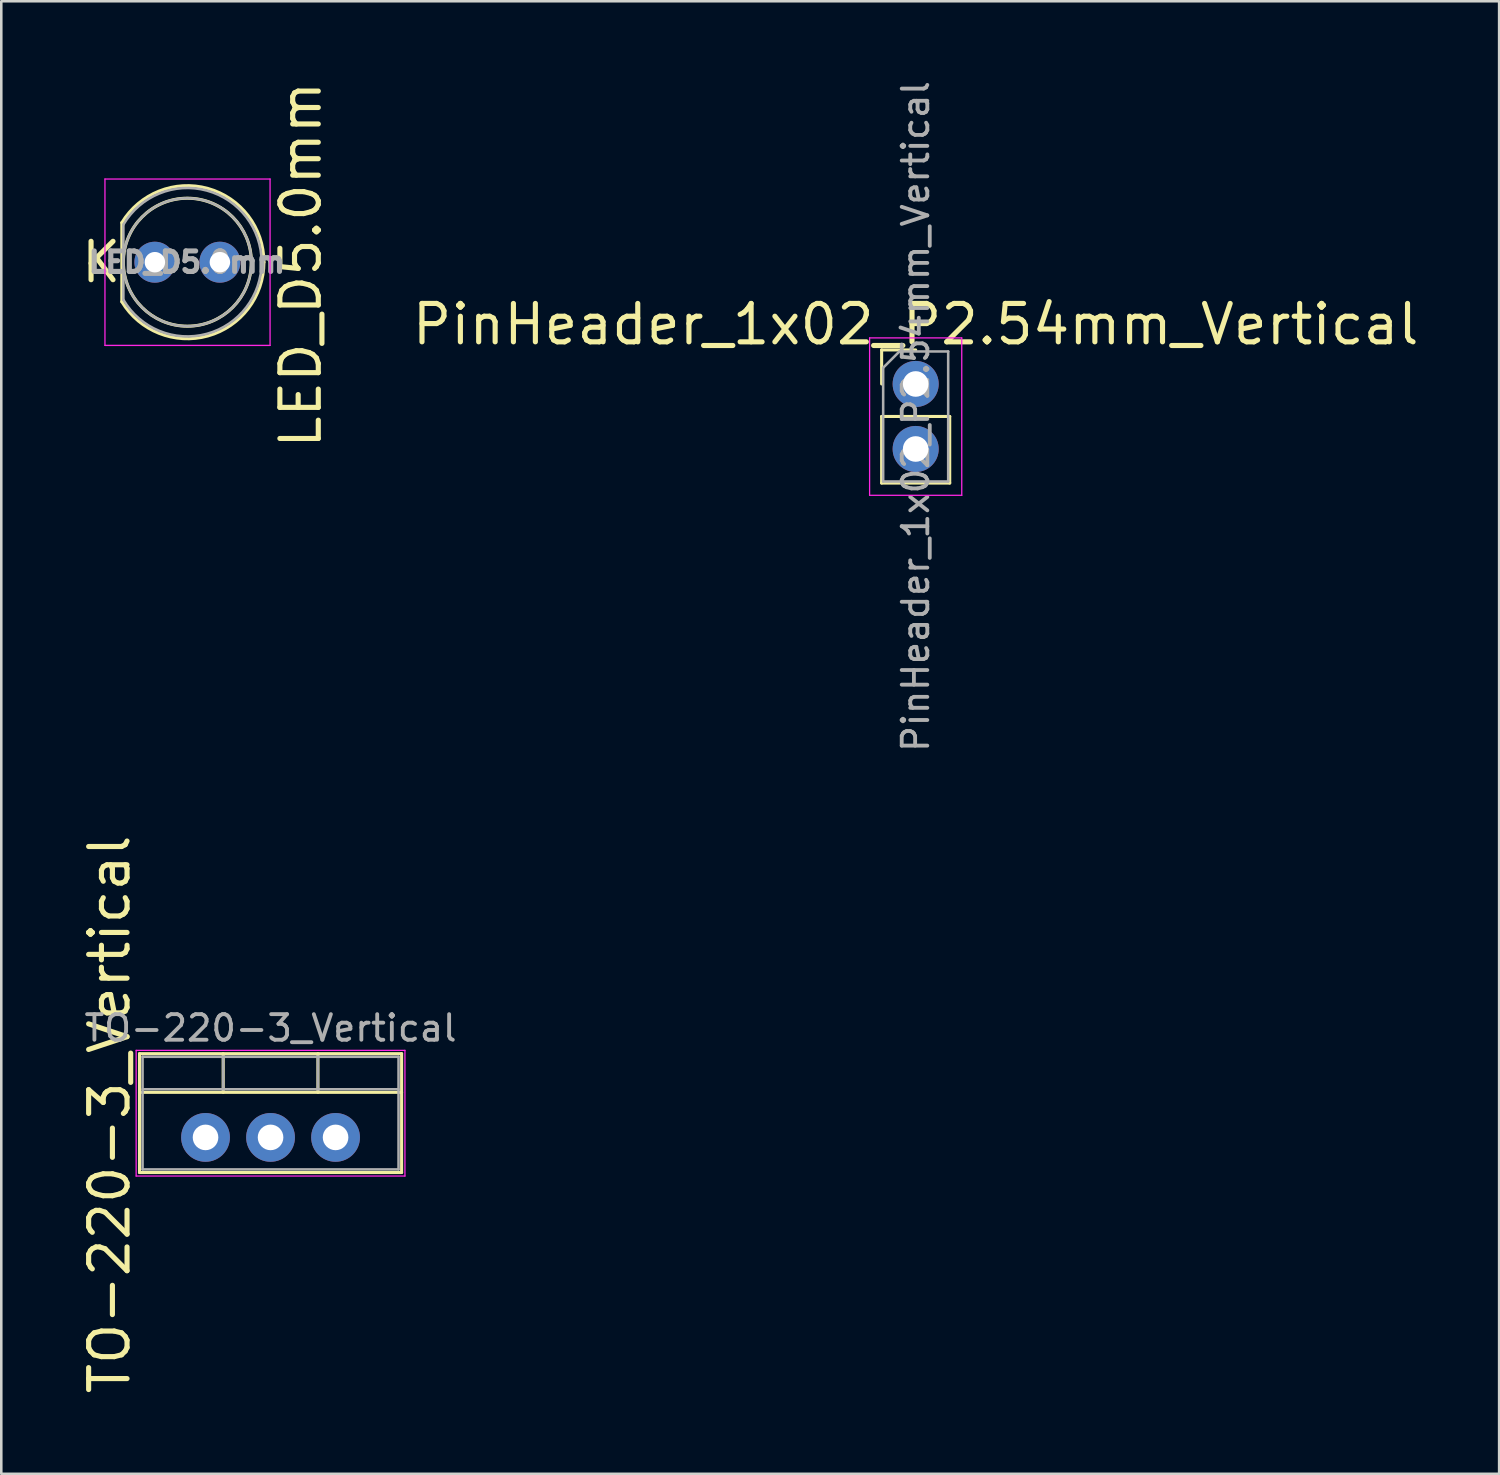
<source format=kicad_pcb>
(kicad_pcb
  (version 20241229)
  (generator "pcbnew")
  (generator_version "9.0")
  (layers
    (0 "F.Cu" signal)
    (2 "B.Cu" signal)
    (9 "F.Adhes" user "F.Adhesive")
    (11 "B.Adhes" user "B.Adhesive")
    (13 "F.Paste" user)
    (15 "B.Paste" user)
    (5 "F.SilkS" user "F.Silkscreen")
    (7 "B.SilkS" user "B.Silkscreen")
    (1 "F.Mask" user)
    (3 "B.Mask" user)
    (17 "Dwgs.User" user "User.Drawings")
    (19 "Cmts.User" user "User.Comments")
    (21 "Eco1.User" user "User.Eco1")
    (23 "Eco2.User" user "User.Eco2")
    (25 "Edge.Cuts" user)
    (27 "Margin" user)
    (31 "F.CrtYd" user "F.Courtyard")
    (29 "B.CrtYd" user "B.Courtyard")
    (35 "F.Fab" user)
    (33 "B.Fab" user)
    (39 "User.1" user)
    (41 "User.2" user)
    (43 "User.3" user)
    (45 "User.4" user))
  (footprint "LED_D5.0mm"
    (layer "F.Cu")
    (at 3 7.193)
    (property "Reference" "LED_D5.0mm" (at 5.7 0.1 90) (layer "F.SilkS") (effects (font (size 1.5 1.5) (thickness 0.2))))
    (attr through_hole)
    (fp_line (start -1.29 -1.545) (end -1.29 1.545) (stroke (width 0.12) (type solid)) (layer "F.SilkS"))
    (fp_arc (start -1.29 -1.54483) (mid 2.072002 -2.880433) (end 4.26 0.000462) (stroke (width 0.12) (type solid)) (layer "F.SilkS"))
    (fp_arc (start 4.26 -0.000462) (mid 2.072002 2.880433) (end -1.29 1.54483) (stroke (width 0.12) (type solid)) (layer "F.SilkS"))
    (fp_circle (center 1.27 0) (end 3.77 0) (stroke (width 0.12) (type solid)) (fill no) (layer "F.SilkS"))
    (fp_line (start -1.95 -3.25) (end -1.95 3.25) (stroke (width 0.05) (type solid)) (layer "F.CrtYd"))
    (fp_line (start -1.95 3.25) (end 4.5 3.25) (stroke (width 0.05) (type solid)) (layer "F.CrtYd"))
    (fp_line (start 4.5 -3.25) (end -1.95 -3.25) (stroke (width 0.05) (type solid)) (layer "F.CrtYd"))
    (fp_line (start 4.5 3.25) (end 4.5 -3.25) (stroke (width 0.05) (type solid)) (layer "F.CrtYd"))
    (fp_line (start -1.23 -1.47) (end -1.23 1.47) (stroke (width 0.1) (type solid)) (layer "F.Fab"))
    (fp_arc (start -1.23 -1.469694) (mid 4.17 0.000016) (end -1.230016 1.469666) (stroke (width 0.1) (type solid)) (layer "F.Fab"))
    (fp_circle (center 1.27 0) (end 3.77 0) (stroke (width 0.1) (type solid)) (fill no) (layer "F.Fab"))
    (fp_text user "K" (at -2.1 0 0) (layer "F.SilkS") (effects (font (size 1.5 1.5) (thickness 0.2))))
    (fp_text user "${REFERENCE}" (at 1.25 0 0) (layer "F.Fab") (effects (font (size 0.8 0.8) (thickness 0.2))))
    (pad "1" thru_hole circle (at 0 0) (size 1.6 1.6) (drill 0.8) (layers "*.Cu" "*.Mask"))
    (pad "2" thru_hole circle (at 2.54 0) (size 1.6 1.6) (drill 0.8) (layers "*.Cu" "*.Mask")))
  (footprint "TO-220-3_Vertical"
    (layer "F.Cu")
    (at 4.979 41.383)
    (property "Reference" "TO-220-3_Vertical" (at -3.75 -0.9 90) (layer "F.SilkS") (effects (font (size 1.5 1.5) (thickness 0.2))))
    (attr through_hole)
    (fp_line (start -2.58 -3.27) (end -2.58 1.371) (stroke (width 0.12) (type solid)) (layer "F.SilkS"))
    (fp_line (start -2.58 -3.27) (end 7.66 -3.27) (stroke (width 0.12) (type solid)) (layer "F.SilkS"))
    (fp_line (start -2.58 -1.76) (end 7.66 -1.76) (stroke (width 0.12) (type solid)) (layer "F.SilkS"))
    (fp_line (start -2.58 1.371) (end 7.66 1.371) (stroke (width 0.12) (type solid)) (layer "F.SilkS"))
    (fp_line (start 0.69 -3.27) (end 0.69 -1.76) (stroke (width 0.12) (type solid)) (layer "F.SilkS"))
    (fp_line (start 4.391 -3.27) (end 4.391 -1.76) (stroke (width 0.12) (type solid)) (layer "F.SilkS"))
    (fp_line (start 7.66 -3.27) (end 7.66 1.371) (stroke (width 0.12) (type solid)) (layer "F.SilkS"))
    (fp_line (start -2.71 -3.4) (end -2.71 1.51) (stroke (width 0.05) (type solid)) (layer "F.CrtYd"))
    (fp_line (start -2.71 1.51) (end 7.79 1.51) (stroke (width 0.05) (type solid)) (layer "F.CrtYd"))
    (fp_line (start 7.79 -3.4) (end -2.71 -3.4) (stroke (width 0.05) (type solid)) (layer "F.CrtYd"))
    (fp_line (start 7.79 1.51) (end 7.79 -3.4) (stroke (width 0.05) (type solid)) (layer "F.CrtYd"))
    (fp_line (start -2.46 -3.15) (end -2.46 1.25) (stroke (width 0.1) (type solid)) (layer "F.Fab"))
    (fp_line (start -2.46 -1.88) (end 7.54 -1.88) (stroke (width 0.1) (type solid)) (layer "F.Fab"))
    (fp_line (start -2.46 1.25) (end 7.54 1.25) (stroke (width 0.1) (type solid)) (layer "F.Fab"))
    (fp_line (start 0.69 -3.15) (end 0.69 -1.88) (stroke (width 0.1) (type solid)) (layer "F.Fab"))
    (fp_line (start 4.39 -3.15) (end 4.39 -1.88) (stroke (width 0.1) (type solid)) (layer "F.Fab"))
    (fp_line (start 7.54 -3.15) (end -2.46 -3.15) (stroke (width 0.1) (type solid)) (layer "F.Fab"))
    (fp_line (start 7.54 1.25) (end 7.54 -3.15) (stroke (width 0.1) (type solid)) (layer "F.Fab"))
    (fp_text user "${REFERENCE}" (at 2.54 -4.27 0) (layer "F.Fab") (effects (font (size 1 1) (thickness 0.15))))
    (pad "1" thru_hole circle (at 0 0) (size 1.905 1.905) (drill 1) (layers "*.Cu" "*.Mask"))
    (pad "2" thru_hole circle (at 2.54 0) (size 1.905 1.905) (drill 1) (layers "*.Cu" "*.Mask"))
    (pad "3" thru_hole circle (at 5.08 0) (size 1.905 1.905) (drill 1) (layers "*.Cu" "*.Mask")))
  (footprint "PinHeader_1x02_P2.54mm_Vertical"
    (layer "F.Cu")
    (at 32.721 11.95)
    (property "Reference" "PinHeader_1x02_P2.54mm_Vertical" (at 0 -2.33 0) (layer "F.SilkS") (effects (font (size 1.5 1.5) (thickness 0.2))))
    (attr through_hole)
    (fp_line (start -1.33 -1.33) (end 0 -1.33) (stroke (width 0.12) (type solid)) (layer "F.SilkS"))
    (fp_line (start -1.33 0) (end -1.33 -1.33) (stroke (width 0.12) (type solid)) (layer "F.SilkS"))
    (fp_line (start -1.33 1.27) (end -1.33 3.87) (stroke (width 0.12) (type solid)) (layer "F.SilkS"))
    (fp_line (start -1.33 1.27) (end 1.33 1.27) (stroke (width 0.12) (type solid)) (layer "F.SilkS"))
    (fp_line (start -1.33 3.87) (end 1.33 3.87) (stroke (width 0.12) (type solid)) (layer "F.SilkS"))
    (fp_line (start 1.33 1.27) (end 1.33 3.87) (stroke (width 0.12) (type solid)) (layer "F.SilkS"))
    (fp_line (start -1.8 -1.8) (end -1.8 4.35) (stroke (width 0.05) (type solid)) (layer "F.CrtYd"))
    (fp_line (start -1.8 4.35) (end 1.8 4.35) (stroke (width 0.05) (type solid)) (layer "F.CrtYd"))
    (fp_line (start 1.8 -1.8) (end -1.8 -1.8) (stroke (width 0.05) (type solid)) (layer "F.CrtYd"))
    (fp_line (start 1.8 4.35) (end 1.8 -1.8) (stroke (width 0.05) (type solid)) (layer "F.CrtYd"))
    (fp_line (start -1.27 -0.635) (end -0.635 -1.27) (stroke (width 0.1) (type solid)) (layer "F.Fab"))
    (fp_line (start -1.27 3.81) (end -1.27 -0.635) (stroke (width 0.1) (type solid)) (layer "F.Fab"))
    (fp_line (start -0.635 -1.27) (end 1.27 -1.27) (stroke (width 0.1) (type solid)) (layer "F.Fab"))
    (fp_line (start 1.27 -1.27) (end 1.27 3.81) (stroke (width 0.1) (type solid)) (layer "F.Fab"))
    (fp_line (start 1.27 3.81) (end -1.27 3.81) (stroke (width 0.1) (type solid)) (layer "F.Fab"))
    (fp_text user "${REFERENCE}" (at 0 1.27 270) (layer "F.Fab") (effects (font (size 1 1) (thickness 0.15))))
    (pad "1" thru_hole circle (at 0 0) (size 1.8 1.8) (drill 1) (layers "*.Cu" "*.Mask"))
    (pad "2" thru_hole circle (at 0 2.54) (size 1.8 1.8) (drill 1) (layers "*.Cu" "*.Mask")))
  (gr_rect
    (start -3 -3)
    (end 55.514 54.526)
    (stroke (width 0.1) (type default))
    (fill no)
    (layer "Edge.Cuts")))
</source>
